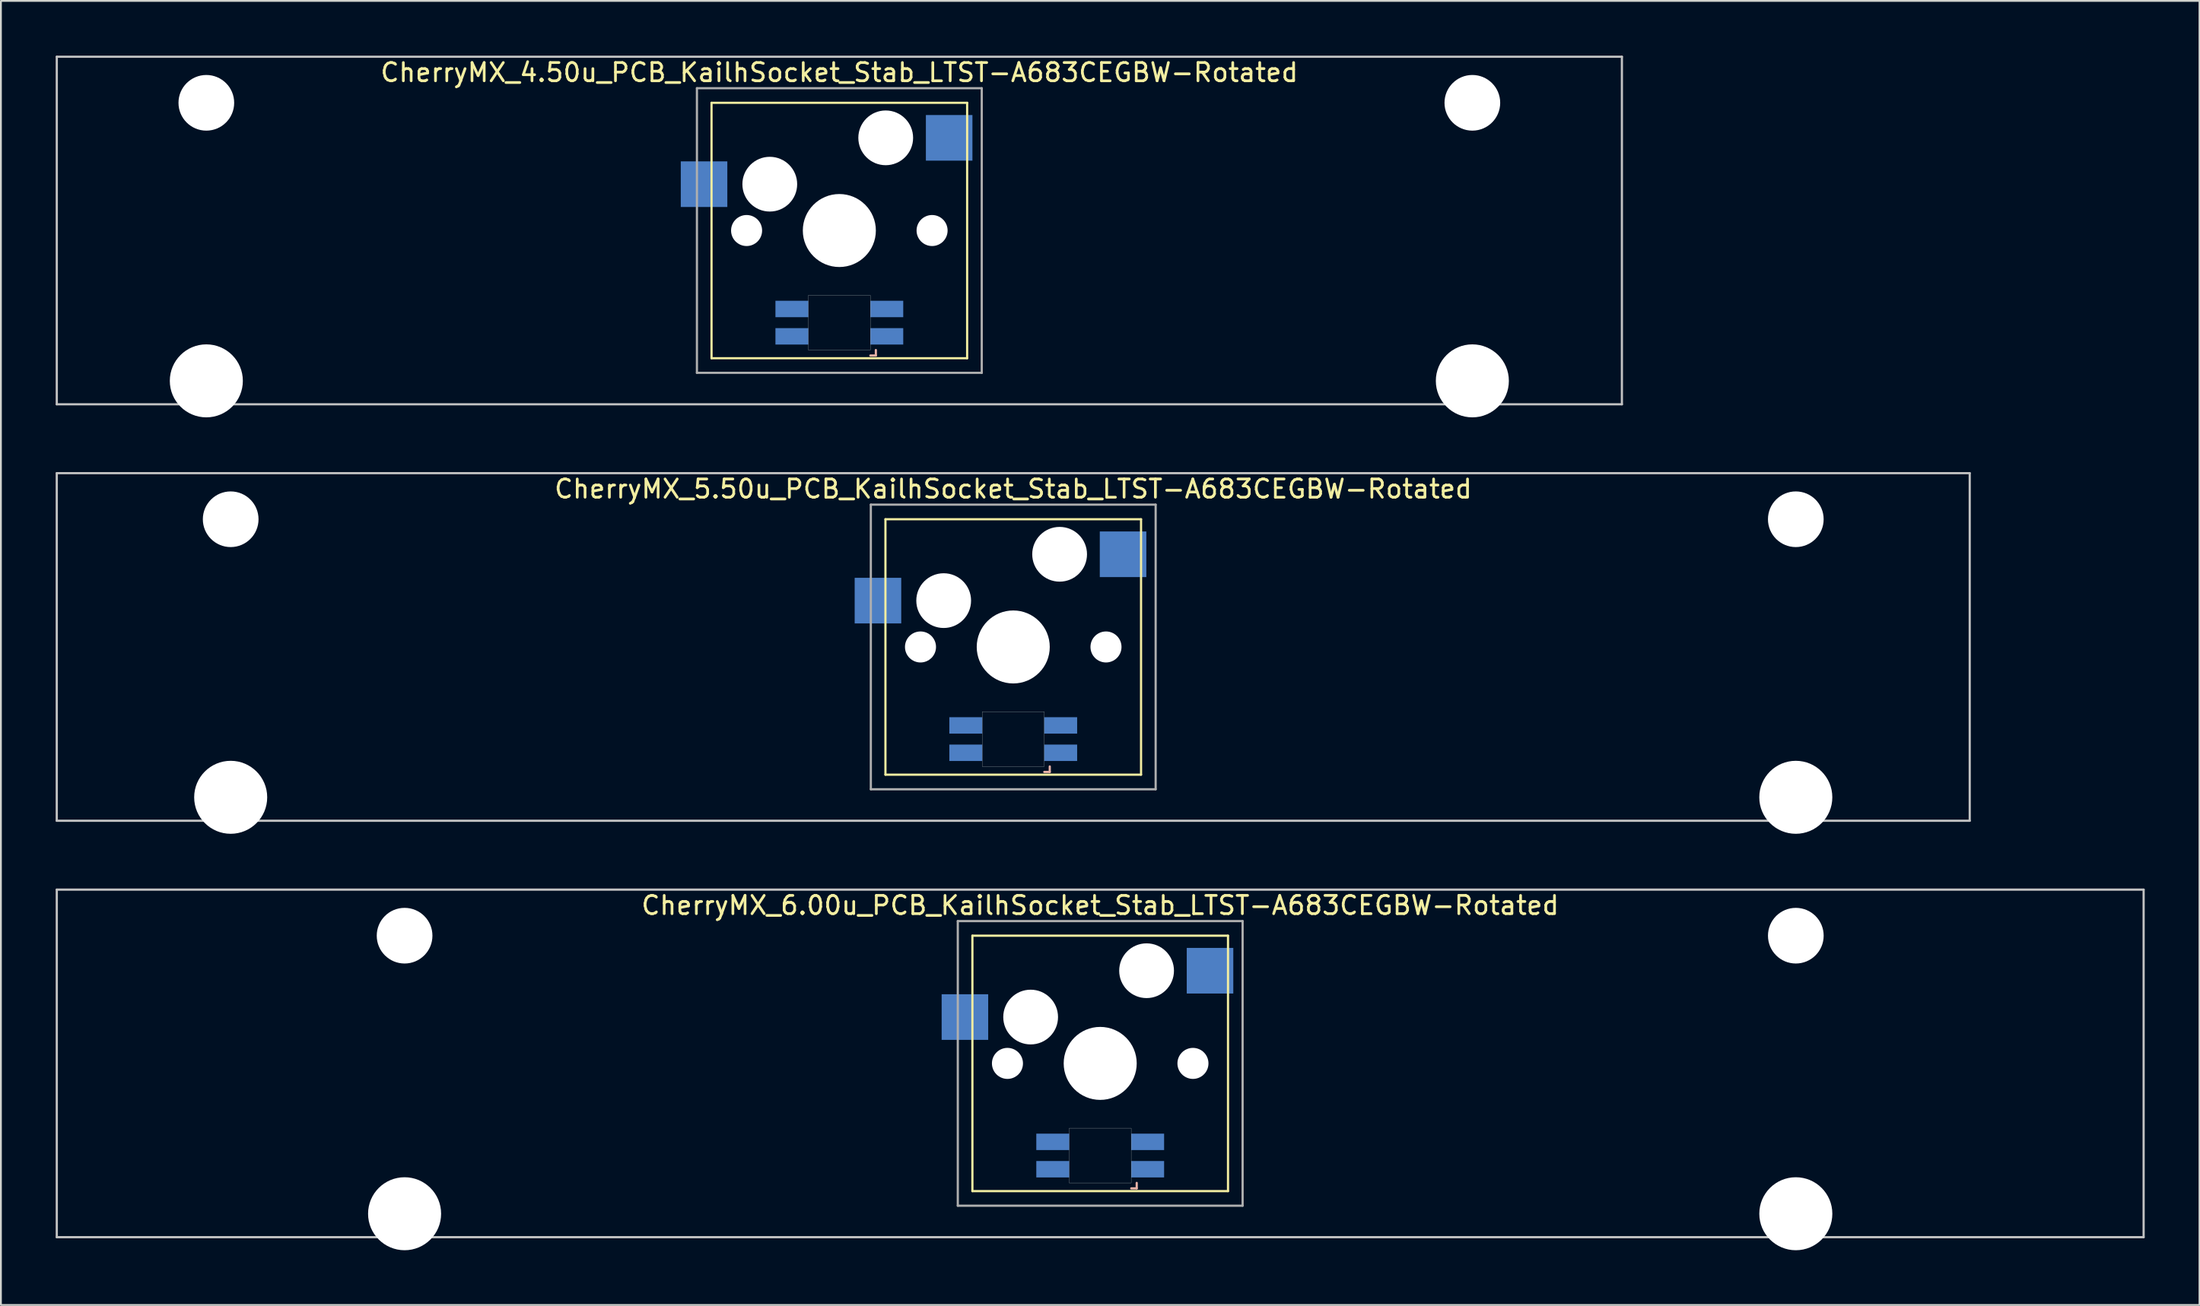
<source format=kicad_pcb>
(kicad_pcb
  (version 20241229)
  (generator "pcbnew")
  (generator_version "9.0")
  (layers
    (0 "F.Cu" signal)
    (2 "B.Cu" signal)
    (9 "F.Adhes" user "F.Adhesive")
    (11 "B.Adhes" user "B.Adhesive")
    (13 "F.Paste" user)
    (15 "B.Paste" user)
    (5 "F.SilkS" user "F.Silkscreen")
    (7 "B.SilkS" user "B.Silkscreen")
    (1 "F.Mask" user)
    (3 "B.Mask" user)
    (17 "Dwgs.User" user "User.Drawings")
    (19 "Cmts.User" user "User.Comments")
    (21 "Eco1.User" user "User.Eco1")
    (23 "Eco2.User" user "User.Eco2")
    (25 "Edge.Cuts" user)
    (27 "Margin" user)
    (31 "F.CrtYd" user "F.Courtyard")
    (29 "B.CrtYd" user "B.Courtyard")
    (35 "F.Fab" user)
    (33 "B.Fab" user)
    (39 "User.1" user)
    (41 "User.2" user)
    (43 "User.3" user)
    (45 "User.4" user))
  (footprint "CherryMX_6.00u_PCB_KailhSocket_Stab_LTST-A683CEGBW-Rotated"
    (layer "F.Cu")
    (at 57.21 55.235)
    (property "Reference" "CherryMX_6.00u_PCB_KailhSocket_Stab_LTST-A683CEGBW-Rotated" (at 0 -8.662 0) (layer "F.SilkS") (effects (font (size 1 1) (thickness 0.15))))
    (attr through_hole)
    (fp_line (start -7 -7) (end -7 7) (stroke (width 0.12) (type solid)) (layer "F.SilkS"))
    (fp_line (start -7 -7) (end 7 -7) (stroke (width 0.12) (type solid)) (layer "F.SilkS"))
    (fp_line (start 7 -7) (end 7 7) (stroke (width 0.12) (type solid)) (layer "F.SilkS"))
    (fp_line (start 7 7) (end -7 7) (stroke (width 0.12) (type solid)) (layer "F.SilkS"))
    (fp_line (start 1.7 6.85) (end 2 6.85) (stroke (width 0.12) (type solid)) (layer "B.SilkS"))
    (fp_line (start 2 6.85) (end 2 6.55) (stroke (width 0.12) (type solid)) (layer "B.SilkS"))
    (fp_line (start -57.15 -9.525) (end 57.15 -9.525) (stroke (width 0.12) (type solid)) (layer "Dwgs.User"))
    (fp_line (start -57.15 9.525) (end -57.15 -9.525) (stroke (width 0.12) (type solid)) (layer "Dwgs.User"))
    (fp_line (start 57.15 -9.525) (end 57.15 9.525) (stroke (width 0.12) (type solid)) (layer "Dwgs.User"))
    (fp_line (start 57.15 9.525) (end -57.15 9.525) (stroke (width 0.12) (type solid)) (layer "Dwgs.User"))
    (fp_poly (pts (xy -1.7 3.55) (xy 1.7 3.55) (xy 1.7 6.55) (xy -1.7 6.55)) (stroke (width 0.01) (type solid)) (fill no) (layer "Edge.Cuts"))
    (fp_line (start -7.8 -7.8) (end -7.8 7.8) (stroke (width 0.12) (type solid)) (layer "F.Fab"))
    (fp_line (start -7.8 -7.8) (end 7.8 -7.8) (stroke (width 0.12) (type solid)) (layer "F.Fab"))
    (fp_line (start -7.8 7.8) (end 7.8 7.8) (stroke (width 0.12) (type solid)) (layer "F.Fab"))
    (fp_line (start 7.8 -7.8) (end 7.8 7.8) (stroke (width 0.12) (type solid)) (layer "F.Fab"))
    (pad "" np_thru_hole circle (at -38.1 -7) (size 3.05 3.05) (drill 3.05) (layers "*.Cu" "*.Mask"))
    (pad "" np_thru_hole circle (at -38.1 8.24) (size 4 4) (drill 4) (layers "*.Cu" "*.Mask"))
    (pad "" np_thru_hole circle (at -5.08 0) (size 1.7 1.7) (drill 1.7) (layers "*.Cu" "*.Mask"))
    (pad "" np_thru_hole circle (at -3.81 -2.54) (size 3 3) (drill 3) (layers "*.Cu" "*.Mask"))
    (pad "" np_thru_hole circle (at 0 0) (size 4 4) (drill 4) (layers "*.Cu" "*.Mask"))
    (pad "" np_thru_hole circle (at 2.54 -5.08) (size 3 3) (drill 3) (layers "*.Cu" "*.Mask"))
    (pad "" np_thru_hole circle (at 5.08 0) (size 1.7 1.7) (drill 1.7) (layers "*.Cu" "*.Mask"))
    (pad "" np_thru_hole circle (at 38.1 -7) (size 3.05 3.05) (drill 3.05) (layers "*.Cu" "*.Mask"))
    (pad "" np_thru_hole circle (at 38.1 8.24) (size 4 4) (drill 4) (layers "*.Cu" "*.Mask"))
    (pad "1" smd rect (at -7.41 -2.54) (size 2.55 2.5) (layers "B.Cu" "B.Mask" "B.Paste"))
    (pad "2" smd rect (at 6.015 -5.08) (size 2.55 2.5) (layers "B.Cu" "B.Mask" "B.Paste"))
    (pad "3" smd rect (at 2.6 5.8 180) (size 1.8 0.9) (layers "B.Cu" "B.Mask" "B.Paste"))
    (pad "4" smd rect (at 2.6 4.3 180) (size 1.8 0.9) (layers "B.Cu" "B.Mask" "B.Paste"))
    (pad "5" smd rect (at -2.6 5.8 180) (size 1.8 0.9) (layers "B.Cu" "B.Mask" "B.Paste"))
    (pad "6" smd rect (at -2.6 4.3 180) (size 1.8 0.9) (layers "B.Cu" "B.Mask" "B.Paste")))
  (footprint "CherryMX_5.50u_PCB_KailhSocket_Stab_LTST-A683CEGBW-Rotated"
    (layer "F.Cu")
    (at 52.447 32.41)
    (property "Reference" "CherryMX_5.50u_PCB_KailhSocket_Stab_LTST-A683CEGBW-Rotated" (at 0 -8.662 0) (layer "F.SilkS") (effects (font (size 1 1) (thickness 0.15))))
    (attr through_hole)
    (fp_line (start -7 -7) (end -7 7) (stroke (width 0.12) (type solid)) (layer "F.SilkS"))
    (fp_line (start -7 -7) (end 7 -7) (stroke (width 0.12) (type solid)) (layer "F.SilkS"))
    (fp_line (start 7 -7) (end 7 7) (stroke (width 0.12) (type solid)) (layer "F.SilkS"))
    (fp_line (start 7 7) (end -7 7) (stroke (width 0.12) (type solid)) (layer "F.SilkS"))
    (fp_line (start 1.7 6.85) (end 2 6.85) (stroke (width 0.12) (type solid)) (layer "B.SilkS"))
    (fp_line (start 2 6.85) (end 2 6.55) (stroke (width 0.12) (type solid)) (layer "B.SilkS"))
    (fp_line (start -52.388 -9.525) (end 52.388 -9.525) (stroke (width 0.12) (type solid)) (layer "Dwgs.User"))
    (fp_line (start -52.388 9.525) (end -52.388 -9.525) (stroke (width 0.12) (type solid)) (layer "Dwgs.User"))
    (fp_line (start 52.388 -9.525) (end 52.388 9.525) (stroke (width 0.12) (type solid)) (layer "Dwgs.User"))
    (fp_line (start 52.388 9.525) (end -52.388 9.525) (stroke (width 0.12) (type solid)) (layer "Dwgs.User"))
    (fp_poly (pts (xy -1.7 3.55) (xy 1.7 3.55) (xy 1.7 6.55) (xy -1.7 6.55)) (stroke (width 0.01) (type solid)) (fill no) (layer "Edge.Cuts"))
    (fp_line (start -7.8 -7.8) (end -7.8 7.8) (stroke (width 0.12) (type solid)) (layer "F.Fab"))
    (fp_line (start -7.8 -7.8) (end 7.8 -7.8) (stroke (width 0.12) (type solid)) (layer "F.Fab"))
    (fp_line (start -7.8 7.8) (end 7.8 7.8) (stroke (width 0.12) (type solid)) (layer "F.Fab"))
    (fp_line (start 7.8 -7.8) (end 7.8 7.8) (stroke (width 0.12) (type solid)) (layer "F.Fab"))
    (pad "" np_thru_hole circle (at -42.862 -7) (size 3.05 3.05) (drill 3.05) (layers "*.Cu" "*.Mask"))
    (pad "" np_thru_hole circle (at -42.862 8.24) (size 4 4) (drill 4) (layers "*.Cu" "*.Mask"))
    (pad "" np_thru_hole circle (at -5.08 0) (size 1.7 1.7) (drill 1.7) (layers "*.Cu" "*.Mask"))
    (pad "" np_thru_hole circle (at -3.81 -2.54) (size 3 3) (drill 3) (layers "*.Cu" "*.Mask"))
    (pad "" np_thru_hole circle (at 0 0) (size 4 4) (drill 4) (layers "*.Cu" "*.Mask"))
    (pad "" np_thru_hole circle (at 2.54 -5.08) (size 3 3) (drill 3) (layers "*.Cu" "*.Mask"))
    (pad "" np_thru_hole circle (at 5.08 0) (size 1.7 1.7) (drill 1.7) (layers "*.Cu" "*.Mask"))
    (pad "" np_thru_hole circle (at 42.862 -7) (size 3.05 3.05) (drill 3.05) (layers "*.Cu" "*.Mask"))
    (pad "" np_thru_hole circle (at 42.862 8.24) (size 4 4) (drill 4) (layers "*.Cu" "*.Mask"))
    (pad "1" smd rect (at -7.41 -2.54) (size 2.55 2.5) (layers "B.Cu" "B.Mask" "B.Paste"))
    (pad "2" smd rect (at 6.015 -5.08) (size 2.55 2.5) (layers "B.Cu" "B.Mask" "B.Paste"))
    (pad "3" smd rect (at 2.6 5.8 180) (size 1.8 0.9) (layers "B.Cu" "B.Mask" "B.Paste"))
    (pad "4" smd rect (at 2.6 4.3 180) (size 1.8 0.9) (layers "B.Cu" "B.Mask" "B.Paste"))
    (pad "5" smd rect (at -2.6 5.8 180) (size 1.8 0.9) (layers "B.Cu" "B.Mask" "B.Paste"))
    (pad "6" smd rect (at -2.6 4.3 180) (size 1.8 0.9) (layers "B.Cu" "B.Mask" "B.Paste")))
  (footprint "CherryMX_4.50u_PCB_KailhSocket_Stab_LTST-A683CEGBW-Rotated"
    (layer "F.Cu")
    (at 42.922 9.585)
    (property "Reference" "CherryMX_4.50u_PCB_KailhSocket_Stab_LTST-A683CEGBW-Rotated" (at 0 -8.662 0) (layer "F.SilkS") (effects (font (size 1 1) (thickness 0.15))))
    (attr through_hole)
    (fp_line (start -7 -7) (end -7 7) (stroke (width 0.12) (type solid)) (layer "F.SilkS"))
    (fp_line (start -7 -7) (end 7 -7) (stroke (width 0.12) (type solid)) (layer "F.SilkS"))
    (fp_line (start 7 -7) (end 7 7) (stroke (width 0.12) (type solid)) (layer "F.SilkS"))
    (fp_line (start 7 7) (end -7 7) (stroke (width 0.12) (type solid)) (layer "F.SilkS"))
    (fp_line (start 1.7 6.85) (end 2 6.85) (stroke (width 0.12) (type solid)) (layer "B.SilkS"))
    (fp_line (start 2 6.85) (end 2 6.55) (stroke (width 0.12) (type solid)) (layer "B.SilkS"))
    (fp_line (start -42.862 -9.525) (end 42.862 -9.525) (stroke (width 0.12) (type solid)) (layer "Dwgs.User"))
    (fp_line (start -42.862 9.525) (end -42.862 -9.525) (stroke (width 0.12) (type solid)) (layer "Dwgs.User"))
    (fp_line (start 42.862 -9.525) (end 42.862 9.525) (stroke (width 0.12) (type solid)) (layer "Dwgs.User"))
    (fp_line (start 42.862 9.525) (end -42.862 9.525) (stroke (width 0.12) (type solid)) (layer "Dwgs.User"))
    (fp_poly (pts (xy -1.7 3.55) (xy 1.7 3.55) (xy 1.7 6.55) (xy -1.7 6.55)) (stroke (width 0.01) (type solid)) (fill no) (layer "Edge.Cuts"))
    (fp_line (start -7.8 -7.8) (end -7.8 7.8) (stroke (width 0.12) (type solid)) (layer "F.Fab"))
    (fp_line (start -7.8 -7.8) (end 7.8 -7.8) (stroke (width 0.12) (type solid)) (layer "F.Fab"))
    (fp_line (start -7.8 7.8) (end 7.8 7.8) (stroke (width 0.12) (type solid)) (layer "F.Fab"))
    (fp_line (start 7.8 -7.8) (end 7.8 7.8) (stroke (width 0.12) (type solid)) (layer "F.Fab"))
    (pad "" np_thru_hole circle (at -34.671 -7) (size 3.05 3.05) (drill 3.05) (layers "*.Cu" "*.Mask"))
    (pad "" np_thru_hole circle (at -34.671 8.24) (size 4 4) (drill 4) (layers "*.Cu" "*.Mask"))
    (pad "" np_thru_hole circle (at -5.08 0) (size 1.7 1.7) (drill 1.7) (layers "*.Cu" "*.Mask"))
    (pad "" np_thru_hole circle (at -3.81 -2.54) (size 3 3) (drill 3) (layers "*.Cu" "*.Mask"))
    (pad "" np_thru_hole circle (at 0 0) (size 4 4) (drill 4) (layers "*.Cu" "*.Mask"))
    (pad "" np_thru_hole circle (at 2.54 -5.08) (size 3 3) (drill 3) (layers "*.Cu" "*.Mask"))
    (pad "" np_thru_hole circle (at 5.08 0) (size 1.7 1.7) (drill 1.7) (layers "*.Cu" "*.Mask"))
    (pad "" np_thru_hole circle (at 34.671 -7) (size 3.05 3.05) (drill 3.05) (layers "*.Cu" "*.Mask"))
    (pad "" np_thru_hole circle (at 34.671 8.24) (size 4 4) (drill 4) (layers "*.Cu" "*.Mask"))
    (pad "1" smd rect (at -7.41 -2.54) (size 2.55 2.5) (layers "B.Cu" "B.Mask" "B.Paste"))
    (pad "2" smd rect (at 6.015 -5.08) (size 2.55 2.5) (layers "B.Cu" "B.Mask" "B.Paste"))
    (pad "3" smd rect (at 2.6 5.8 180) (size 1.8 0.9) (layers "B.Cu" "B.Mask" "B.Paste"))
    (pad "4" smd rect (at 2.6 4.3 180) (size 1.8 0.9) (layers "B.Cu" "B.Mask" "B.Paste"))
    (pad "5" smd rect (at -2.6 5.8 180) (size 1.8 0.9) (layers "B.Cu" "B.Mask" "B.Paste"))
    (pad "6" smd rect (at -2.6 4.3 180) (size 1.8 0.9) (layers "B.Cu" "B.Mask" "B.Paste")))
  (gr_rect
    (start -3 -3)
    (end 117.42 68.475)
    (stroke (width 0.1) (type default))
    (fill no)
    (layer "Edge.Cuts")))
</source>
